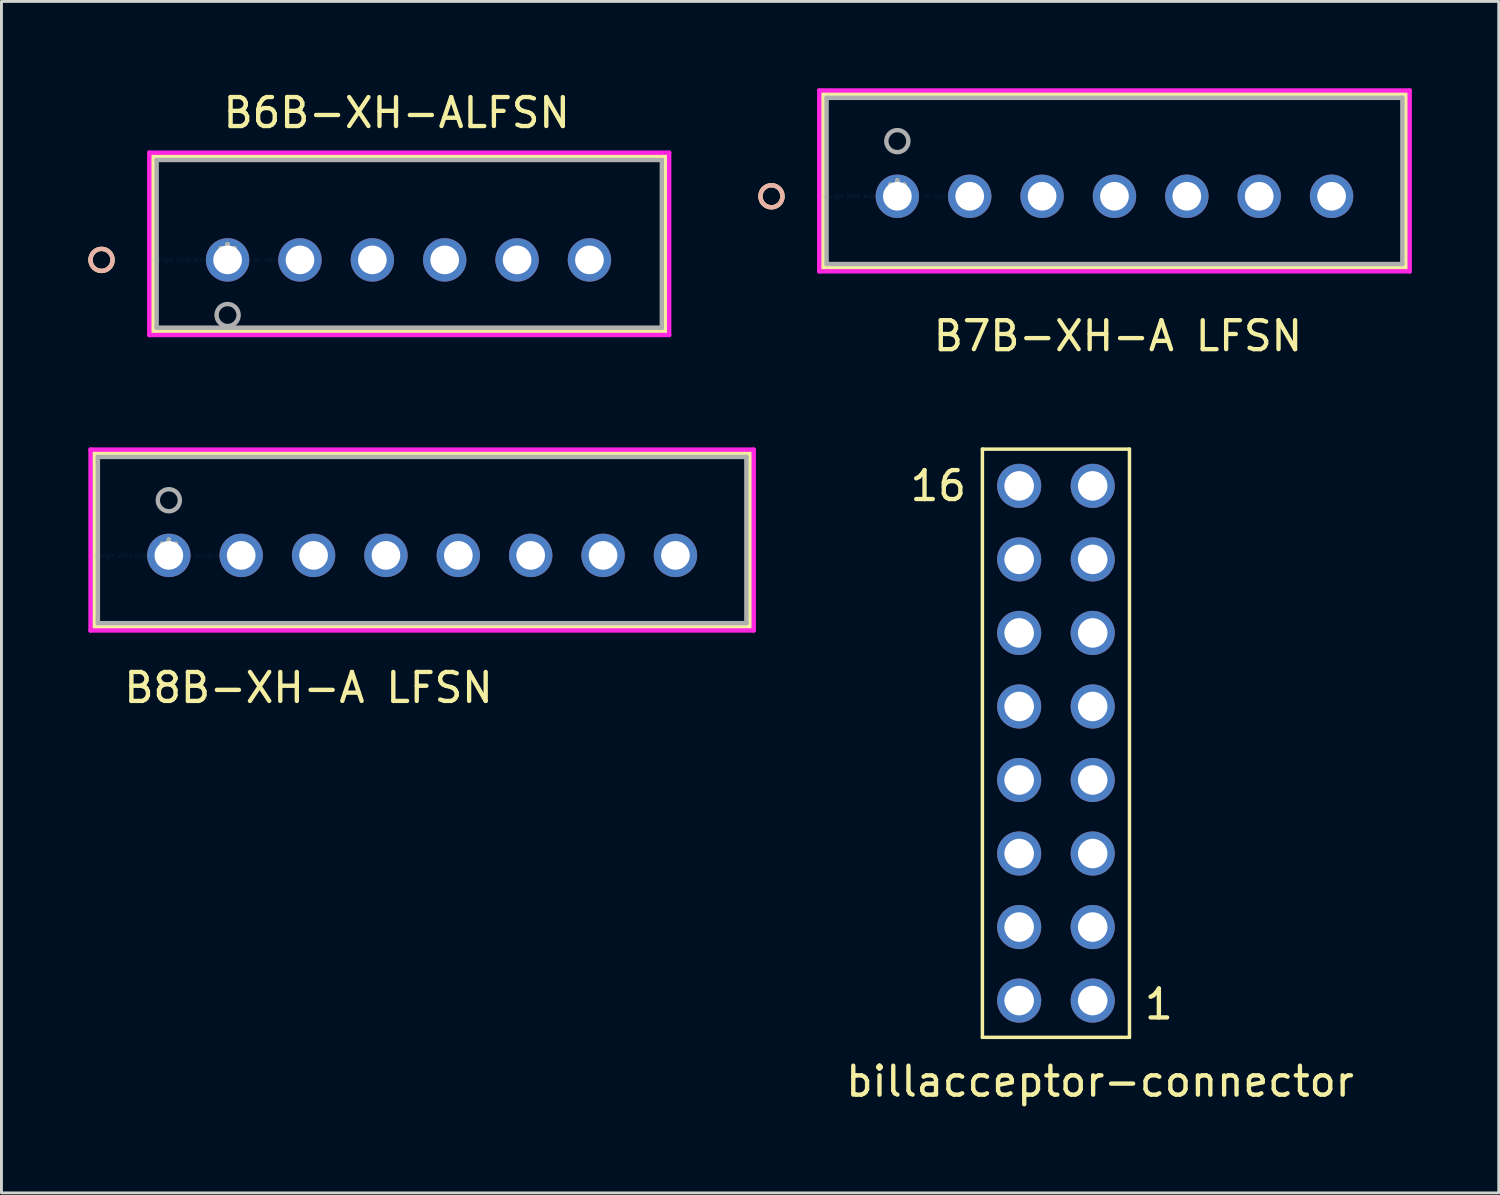
<source format=kicad_pcb>
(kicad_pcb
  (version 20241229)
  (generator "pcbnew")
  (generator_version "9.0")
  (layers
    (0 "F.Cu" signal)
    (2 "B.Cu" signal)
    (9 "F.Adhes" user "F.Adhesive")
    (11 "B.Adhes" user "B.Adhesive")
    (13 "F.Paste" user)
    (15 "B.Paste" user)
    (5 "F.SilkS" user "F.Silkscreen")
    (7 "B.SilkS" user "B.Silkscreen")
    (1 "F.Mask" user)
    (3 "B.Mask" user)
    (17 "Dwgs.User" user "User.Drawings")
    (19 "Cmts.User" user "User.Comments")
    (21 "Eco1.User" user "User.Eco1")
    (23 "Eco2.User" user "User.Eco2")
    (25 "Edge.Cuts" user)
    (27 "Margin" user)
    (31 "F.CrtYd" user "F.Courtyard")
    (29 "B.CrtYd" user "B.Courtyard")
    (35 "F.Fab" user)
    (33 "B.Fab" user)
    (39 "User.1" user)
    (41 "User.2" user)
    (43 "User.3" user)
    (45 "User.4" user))
  (footprint "B6B-XH-ALFSN"
    (layer "F.Cu")
    (at 4.812 5.928)
    (property "Reference" "B6B-XH-ALFSN" (at 5.842 -5.08 0) (layer "F.SilkS") (effects (font (size 1 1) (thickness 0.15))))
    (attr through_hole)
    (fp_line (start -2.577 -3.577) (end -2.577 2.468) (stroke (width 0.152) (type solid)) (layer "F.SilkS"))
    (fp_line (start -2.577 2.468) (end 15.127 2.468) (stroke (width 0.152) (type solid)) (layer "F.SilkS"))
    (fp_line (start 15.127 -3.577) (end -2.577 -3.577) (stroke (width 0.152) (type solid)) (layer "F.SilkS"))
    (fp_line (start 15.127 2.468) (end 15.127 -3.577) (stroke (width 0.152) (type solid)) (layer "F.SilkS"))
    (fp_circle (center -4.355 0) (end -3.974 0) (stroke (width 0.152) (type solid)) (fill no) (layer "F.SilkS"))
    (fp_circle (center -4.355 0) (end -3.974 0) (stroke (width 0.152) (type solid)) (fill no) (layer "B.SilkS"))
    (fp_line (start -2.704 -3.704) (end -2.704 2.595) (stroke (width 0.152) (type solid)) (layer "F.CrtYd"))
    (fp_line (start -2.704 2.595) (end 15.254 2.595) (stroke (width 0.152) (type solid)) (layer "F.CrtYd"))
    (fp_line (start 15.254 -3.704) (end -2.704 -3.704) (stroke (width 0.152) (type solid)) (layer "F.CrtYd"))
    (fp_line (start 15.254 2.595) (end 15.254 -3.704) (stroke (width 0.152) (type solid)) (layer "F.CrtYd"))
    (fp_line (start -2.45 -3.45) (end -2.45 2.341) (stroke (width 0.152) (type solid)) (layer "F.Fab"))
    (fp_line (start -2.45 2.341) (end 15 2.341) (stroke (width 0.152) (type solid)) (layer "F.Fab"))
    (fp_line (start 15 -3.45) (end -2.45 -3.45) (stroke (width 0.152) (type solid)) (layer "F.Fab"))
    (fp_line (start 15 2.341) (end 15 -3.45) (stroke (width 0.152) (type solid)) (layer "F.Fab"))
    (fp_circle (center 0 1.905) (end 0.381 1.905) (stroke (width 0.152) (type solid)) (fill no) (layer "F.Fab"))
    (fp_text user "*" (at 0 0 0) (layer "F.SilkS") (effects (font (size 1 1) (thickness 0.15))))
    (fp_text user "Copyright 2016 Accelerated Designs. All rights reserved." (at 0 0 0) (layer "Cmts.User") (effects (font (size 0.127 0.127) (thickness 0.002))))
    (fp_text user "*" (at 0 0 0) (layer "F.Fab") (effects (font (size 1 1) (thickness 0.15))))
    (pad "1" thru_hole circle (at 0 0) (size 1.499 1.499) (drill 0.991) (layers "*.Cu" "*.Mask"))
    (pad "2" thru_hole circle (at 2.5 0) (size 1.499 1.499) (drill 0.991) (layers "*.Cu" "*.Mask"))
    (pad "3" thru_hole circle (at 5 0) (size 1.499 1.499) (drill 0.991) (layers "*.Cu" "*.Mask"))
    (pad "4" thru_hole circle (at 7.5 0) (size 1.499 1.499) (drill 0.991) (layers "*.Cu" "*.Mask"))
    (pad "5" thru_hole circle (at 10 0) (size 1.499 1.499) (drill 0.991) (layers "*.Cu" "*.Mask"))
    (pad "6" thru_hole circle (at 12.5 0) (size 1.499 1.499) (drill 0.991) (layers "*.Cu" "*.Mask")))
  (footprint "B8B-XH-A LFSN"
    (layer "F.Cu")
    (at 2.782 16.135)
    (property "Reference" "B8B-XH-A LFSN" (at 4.826 4.572 0) (layer "F.SilkS") (effects (font (size 1 1) (thickness 0.15))))
    (attr through_hole)
    (fp_line (start -2.578 -3.527) (end -2.578 2.467) (stroke (width 0.152) (type solid)) (layer "F.SilkS"))
    (fp_line (start -2.578 2.467) (end 20.078 2.467) (stroke (width 0.152) (type solid)) (layer "F.SilkS"))
    (fp_line (start 20.078 -3.527) (end -2.578 -3.527) (stroke (width 0.152) (type solid)) (layer "F.SilkS"))
    (fp_line (start 20.078 2.467) (end 20.078 -3.527) (stroke (width 0.152) (type solid)) (layer "F.SilkS"))
    (fp_line (start -2.705 -3.654) (end -2.705 2.594) (stroke (width 0.152) (type solid)) (layer "F.CrtYd"))
    (fp_line (start -2.705 2.594) (end 20.205 2.594) (stroke (width 0.152) (type solid)) (layer "F.CrtYd"))
    (fp_line (start 20.205 -3.654) (end -2.705 -3.654) (stroke (width 0.152) (type solid)) (layer "F.CrtYd"))
    (fp_line (start 20.205 2.594) (end 20.205 -3.654) (stroke (width 0.152) (type solid)) (layer "F.CrtYd"))
    (fp_line (start -2.451 -3.4) (end -2.451 2.34) (stroke (width 0.152) (type solid)) (layer "F.Fab"))
    (fp_line (start -2.451 2.34) (end 19.951 2.34) (stroke (width 0.152) (type solid)) (layer "F.Fab"))
    (fp_line (start 19.951 -3.4) (end -2.451 -3.4) (stroke (width 0.152) (type solid)) (layer "F.Fab"))
    (fp_line (start 19.951 2.34) (end 19.951 -3.4) (stroke (width 0.152) (type solid)) (layer "F.Fab"))
    (fp_circle (center 0 -1.905) (end 0.381 -1.905) (stroke (width 0.152) (type solid)) (fill no) (layer "F.Fab"))
    (fp_text user "*" (at 0 0 0) (layer "F.SilkS") (effects (font (size 1 1) (thickness 0.15))))
    (fp_text user "Copyright 2016 Accelerated Designs. All rights reserved." (at 0 0 0) (layer "Cmts.User") (effects (font (size 0.127 0.127) (thickness 0.002))))
    (fp_text user "*" (at 0 0 0) (layer "F.Fab") (effects (font (size 1 1) (thickness 0.15))))
    (pad "1" thru_hole circle (at 0 0) (size 1.499 1.499) (drill 0.991) (layers "*.Cu" "*.Mask"))
    (pad "2" thru_hole circle (at 2.5 0) (size 1.499 1.499) (drill 0.991) (layers "*.Cu" "*.Mask"))
    (pad "3" thru_hole circle (at 5 0) (size 1.499 1.499) (drill 0.991) (layers "*.Cu" "*.Mask"))
    (pad "4" thru_hole circle (at 7.5 0) (size 1.499 1.499) (drill 0.991) (layers "*.Cu" "*.Mask"))
    (pad "5" thru_hole circle (at 10 0) (size 1.499 1.499) (drill 0.991) (layers "*.Cu" "*.Mask"))
    (pad "6" thru_hole circle (at 12.5 0) (size 1.499 1.499) (drill 0.991) (layers "*.Cu" "*.Mask"))
    (pad "7" thru_hole circle (at 15 0) (size 1.499 1.499) (drill 0.991) (layers "*.Cu" "*.Mask"))
    (pad "8" thru_hole circle (at 17.5 0) (size 1.499 1.499) (drill 0.991) (layers "*.Cu" "*.Mask")))
  (footprint "billacceptor-connector"
    (layer "F.Cu")
    (at 34.696 31.514)
    (property "Reference" "billacceptor-connector" (at 0.254 2.794 0) (layer "F.SilkS") (effects (font (size 1 1) (thickness 0.15))))
    (attr through_hole)
    (fp_line (start -3.81 -19.05) (end -3.81 1.27) (stroke (width 0.12) (type solid)) (layer "F.SilkS"))
    (fp_line (start -3.81 1.27) (end 1.27 1.27) (stroke (width 0.12) (type solid)) (layer "F.SilkS"))
    (fp_line (start 1.27 -19.05) (end -3.81 -19.05) (stroke (width 0.12) (type solid)) (layer "F.SilkS"))
    (fp_line (start 1.27 1.27) (end 1.27 -19.05) (stroke (width 0.12) (type solid)) (layer "F.SilkS"))
    (fp_text user "1" (at 2.286 0.127 0) (layer "F.SilkS") (effects (font (size 1 1) (thickness 0.15))))
    (fp_text user "16" (at -5.334 -17.78 0) (layer "F.SilkS") (effects (font (size 1 1) (thickness 0.15))))
    (pad "1" thru_hole circle (at 0 0) (size 1.524 1.524) (drill 1.02) (layers "*.Cu" "*.Mask"))
    (pad "2" thru_hole circle (at -2.54 0) (size 1.524 1.524) (drill 1.02) (layers "*.Cu" "*.Mask"))
    (pad "3" thru_hole circle (at 0 -2.54) (size 1.524 1.524) (drill 1.02) (layers "*.Cu" "*.Mask"))
    (pad "4" thru_hole circle (at -2.54 -2.54) (size 1.524 1.524) (drill 1.02) (layers "*.Cu" "*.Mask"))
    (pad "5" thru_hole circle (at 0 -5.08) (size 1.524 1.524) (drill 1.02) (layers "*.Cu" "*.Mask"))
    (pad "6" thru_hole circle (at -2.54 -5.08) (size 1.524 1.524) (drill 1.02) (layers "*.Cu" "*.Mask"))
    (pad "7" thru_hole circle (at 0 -7.62) (size 1.524 1.524) (drill 1.02) (layers "*.Cu" "*.Mask"))
    (pad "8" thru_hole circle (at -2.54 -7.62) (size 1.524 1.524) (drill 1.02) (layers "*.Cu" "*.Mask"))
    (pad "9" thru_hole circle (at 0 -10.16) (size 1.524 1.524) (drill 1.02) (layers "*.Cu" "*.Mask"))
    (pad "10" thru_hole circle (at -2.54 -10.16) (size 1.524 1.524) (drill 1.02) (layers "*.Cu" "*.Mask"))
    (pad "11" thru_hole circle (at 0 -12.7) (size 1.524 1.524) (drill 1.02) (layers "*.Cu" "*.Mask"))
    (pad "12" thru_hole circle (at -2.54 -12.7) (size 1.524 1.524) (drill 1.02) (layers "*.Cu" "*.Mask"))
    (pad "13" thru_hole circle (at 0 -15.24) (size 1.524 1.524) (drill 1.02) (layers "*.Cu" "*.Mask"))
    (pad "14" thru_hole circle (at -2.54 -15.24) (size 1.524 1.524) (drill 1.02) (layers "*.Cu" "*.Mask"))
    (pad "15" thru_hole circle (at 0 -17.78) (size 1.524 1.524) (drill 1.02) (layers "*.Cu" "*.Mask"))
    (pad "16" thru_hole circle (at -2.54 -17.78) (size 1.524 1.524) (drill 1.02) (layers "*.Cu" "*.Mask")))
  (footprint "B7B-XH-A LFSN"
    (layer "F.Cu")
    (at 27.948 3.73)
    (property "Reference" "B7B-XH-A LFSN" (at 7.62 4.826 0) (layer "F.SilkS") (effects (font (size 1 1) (thickness 0.15))))
    (attr through_hole)
    (fp_line (start -2.571 -3.527) (end -2.571 2.467) (stroke (width 0.152) (type solid)) (layer "F.SilkS"))
    (fp_line (start -2.571 2.467) (end 17.571 2.467) (stroke (width 0.152) (type solid)) (layer "F.SilkS"))
    (fp_line (start 17.571 -3.527) (end -2.571 -3.527) (stroke (width 0.152) (type solid)) (layer "F.SilkS"))
    (fp_line (start 17.571 2.467) (end 17.571 -3.527) (stroke (width 0.152) (type solid)) (layer "F.SilkS"))
    (fp_circle (center -4.349 0) (end -3.968 0) (stroke (width 0.152) (type solid)) (fill no) (layer "F.SilkS"))
    (fp_circle (center -4.349 0) (end -3.968 0) (stroke (width 0.152) (type solid)) (fill no) (layer "B.SilkS"))
    (fp_line (start -2.698 -3.654) (end -2.698 2.594) (stroke (width 0.152) (type solid)) (layer "F.CrtYd"))
    (fp_line (start -2.698 2.594) (end 17.698 2.594) (stroke (width 0.152) (type solid)) (layer "F.CrtYd"))
    (fp_line (start 17.698 -3.654) (end -2.698 -3.654) (stroke (width 0.152) (type solid)) (layer "F.CrtYd"))
    (fp_line (start 17.698 2.594) (end 17.698 -3.654) (stroke (width 0.152) (type solid)) (layer "F.CrtYd"))
    (fp_line (start -2.444 -3.4) (end -2.444 2.34) (stroke (width 0.152) (type solid)) (layer "F.Fab"))
    (fp_line (start -2.444 2.34) (end 17.444 2.34) (stroke (width 0.152) (type solid)) (layer "F.Fab"))
    (fp_line (start 17.444 -3.4) (end -2.444 -3.4) (stroke (width 0.152) (type solid)) (layer "F.Fab"))
    (fp_line (start 17.444 2.34) (end 17.444 -3.4) (stroke (width 0.152) (type solid)) (layer "F.Fab"))
    (fp_circle (center 0 -1.905) (end 0.381 -1.905) (stroke (width 0.152) (type solid)) (fill no) (layer "F.Fab"))
    (fp_text user "*" (at 0 0 0) (layer "F.SilkS") (effects (font (size 1 1) (thickness 0.15))))
    (fp_text user "Copyright 2016 Accelerated Designs. All rights reserved." (at 0 0 0) (layer "Cmts.User") (effects (font (size 0.127 0.127) (thickness 0.002))))
    (fp_text user "*" (at 0 0 0) (layer "F.Fab") (effects (font (size 1 1) (thickness 0.15))))
    (pad "1" thru_hole circle (at 0 0) (size 1.499 1.499) (drill 0.991) (layers "*.Cu" "*.Mask"))
    (pad "2" thru_hole circle (at 2.5 0) (size 1.499 1.499) (drill 0.991) (layers "*.Cu" "*.Mask"))
    (pad "3" thru_hole circle (at 5 0) (size 1.499 1.499) (drill 0.991) (layers "*.Cu" "*.Mask"))
    (pad "4" thru_hole circle (at 7.5 0) (size 1.499 1.499) (drill 0.991) (layers "*.Cu" "*.Mask"))
    (pad "5" thru_hole circle (at 10 0) (size 1.499 1.499) (drill 0.991) (layers "*.Cu" "*.Mask"))
    (pad "6" thru_hole circle (at 12.5 0) (size 1.499 1.499) (drill 0.991) (layers "*.Cu" "*.Mask"))
    (pad "7" thru_hole circle (at 15 0) (size 1.499 1.499) (drill 0.991) (layers "*.Cu" "*.Mask")))
  (gr_rect
    (start -3 -3)
    (end 48.723 38.157)
    (stroke (width 0.1) (type default))
    (fill no)
    (layer "Edge.Cuts")))
</source>
